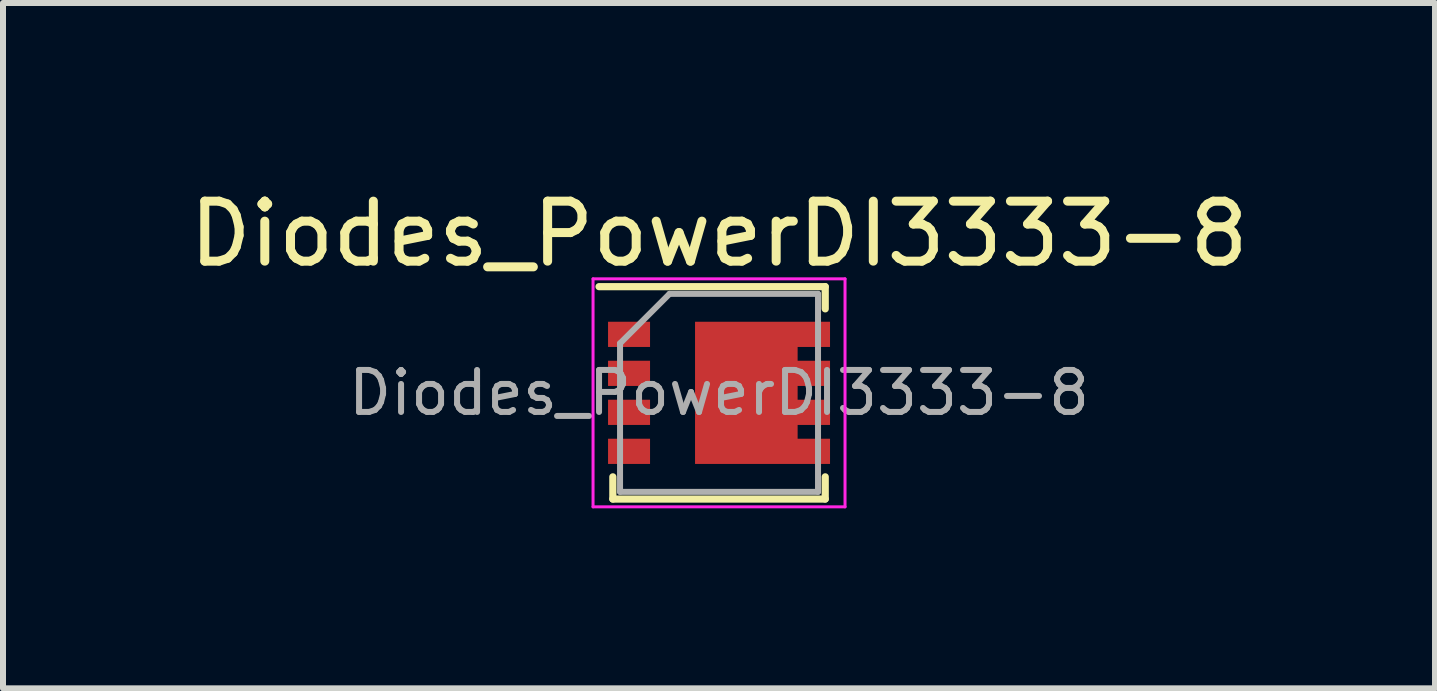
<source format=kicad_pcb>
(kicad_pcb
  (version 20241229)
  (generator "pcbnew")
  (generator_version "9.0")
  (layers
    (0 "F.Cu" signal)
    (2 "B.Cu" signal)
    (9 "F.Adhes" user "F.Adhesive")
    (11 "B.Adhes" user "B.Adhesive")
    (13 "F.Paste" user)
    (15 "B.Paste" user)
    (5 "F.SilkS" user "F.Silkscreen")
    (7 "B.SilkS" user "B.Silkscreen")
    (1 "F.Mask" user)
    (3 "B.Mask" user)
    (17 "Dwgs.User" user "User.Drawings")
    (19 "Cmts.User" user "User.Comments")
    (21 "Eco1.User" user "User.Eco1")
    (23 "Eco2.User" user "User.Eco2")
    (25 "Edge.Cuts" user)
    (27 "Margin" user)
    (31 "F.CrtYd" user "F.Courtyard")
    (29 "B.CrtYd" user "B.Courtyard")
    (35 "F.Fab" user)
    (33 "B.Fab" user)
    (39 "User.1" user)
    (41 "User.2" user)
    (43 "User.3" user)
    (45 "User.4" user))
  (footprint "Diodes_PowerDI3333-8"
    (layer "F.Cu")
    (at 8.935 3.498)
    (property "Reference" "Diodes_PowerDI3333-8" (at 0 -2.65 0) (layer "F.SilkS") (effects (font (size 1 1) (thickness 0.15))))
    (attr smd)
    (fp_line (start -1.77 1.77) (end -1.77 1.4) (stroke (width 0.12) (type solid)) (layer "F.SilkS"))
    (fp_line (start -1.77 1.77) (end 1.77 1.77) (stroke (width 0.12) (type solid)) (layer "F.SilkS"))
    (fp_line (start 1.77 -1.77) (end -2 -1.77) (stroke (width 0.12) (type solid)) (layer "F.SilkS"))
    (fp_line (start 1.77 -1.77) (end 1.77 -1.4) (stroke (width 0.12) (type solid)) (layer "F.SilkS"))
    (fp_line (start 1.77 1.77) (end 1.77 1.4) (stroke (width 0.12) (type solid)) (layer "F.SilkS"))
    (fp_line (start -2.1 -1.9) (end -2.1 1.9) (stroke (width 0.05) (type solid)) (layer "F.CrtYd"))
    (fp_line (start -2.1 1.9) (end 2.1 1.9) (stroke (width 0.05) (type solid)) (layer "F.CrtYd"))
    (fp_line (start 2.1 -1.9) (end -2.1 -1.9) (stroke (width 0.05) (type solid)) (layer "F.CrtYd"))
    (fp_line (start 2.1 1.9) (end 2.1 -1.9) (stroke (width 0.05) (type solid)) (layer "F.CrtYd"))
    (fp_line (start -1.65 -0.825) (end -1.65 1.65) (stroke (width 0.1) (type solid)) (layer "F.Fab"))
    (fp_line (start -1.65 1.65) (end 1.65 1.65) (stroke (width 0.1) (type solid)) (layer "F.Fab"))
    (fp_line (start -0.825 -1.65) (end -1.65 -0.825) (stroke (width 0.1) (type solid)) (layer "F.Fab"))
    (fp_line (start 1.65 -1.65) (end -0.825 -1.65) (stroke (width 0.1) (type solid)) (layer "F.Fab"))
    (fp_line (start 1.65 1.65) (end 1.65 -1.65) (stroke (width 0.1) (type solid)) (layer "F.Fab"))
    (fp_text user "${REFERENCE}" (at 0 0 0) (layer "F.Fab") (effects (font (size 0.7 0.7) (thickness 0.1))))
    (pad "" smd rect (at 0.02 -0.565) (size 0.6 1) (layers "F.Paste"))
    (pad "" smd rect (at 0.02 0.565) (size 0.6 1) (layers "F.Paste"))
    (pad "" smd rect (at 0.73 -0.565) (size 0.6 1) (layers "F.Paste"))
    (pad "" smd rect (at 0.73 0.565) (size 0.6 1) (layers "F.Paste"))
    (pad "" smd rect (at 1.5 -0.975) (size 0.7 0.42) (layers "F.Paste"))
    (pad "" smd rect (at 1.5 -0.325) (size 0.7 0.42) (layers "F.Paste"))
    (pad "" smd rect (at 1.5 0.325) (size 0.7 0.42) (layers "F.Paste"))
    (pad "" smd rect (at 1.5 0.975) (size 0.7 0.42) (layers "F.Paste"))
    (pad "1" smd rect (at -1.5 -0.975) (size 0.7 0.42) (layers "F.Cu" "F.Mask" "F.Paste"))
    (pad "2" smd rect (at -1.5 -0.325) (size 0.7 0.42) (layers "F.Cu" "F.Mask" "F.Paste"))
    (pad "3" smd rect (at -1.5 0.325) (size 0.7 0.42) (layers "F.Cu" "F.Mask" "F.Paste"))
    (pad "4" smd rect (at -1.5 0.975) (size 0.7 0.42) (layers "F.Cu" "F.Mask" "F.Paste"))
    (pad "5" smd custom (at 0.455 0) (size 1.71 2.37) (layers "F.Cu" "F.Mask") (options (anchor rect)) (primitives (gr_poly (pts (xy 1.395 1.185) (xy 0.855 1.185) (xy 0.855 0.765) (xy 1.395 0.765)) (width 0) (fill yes)) (gr_poly (pts (xy 1.395 0.535) (xy 0.855 0.535) (xy 0.855 0.115) (xy 1.395 0.115)) (width 0) (fill yes)) (gr_poly (pts (xy 1.395 -0.115) (xy 0.855 -0.115) (xy 0.855 -0.535) (xy 1.395 -0.535)) (width 0) (fill yes)) (gr_poly (pts (xy 1.395 -0.765) (xy 0.855 -0.765) (xy 0.855 -1.185) (xy 1.395 -1.185)) (width 0) (fill yes)))))
  (gr_rect
    (start -3 -3)
    (end 20.869 8.423)
    (stroke (width 0.1) (type default))
    (fill no)
    (layer "Edge.Cuts")))
</source>
